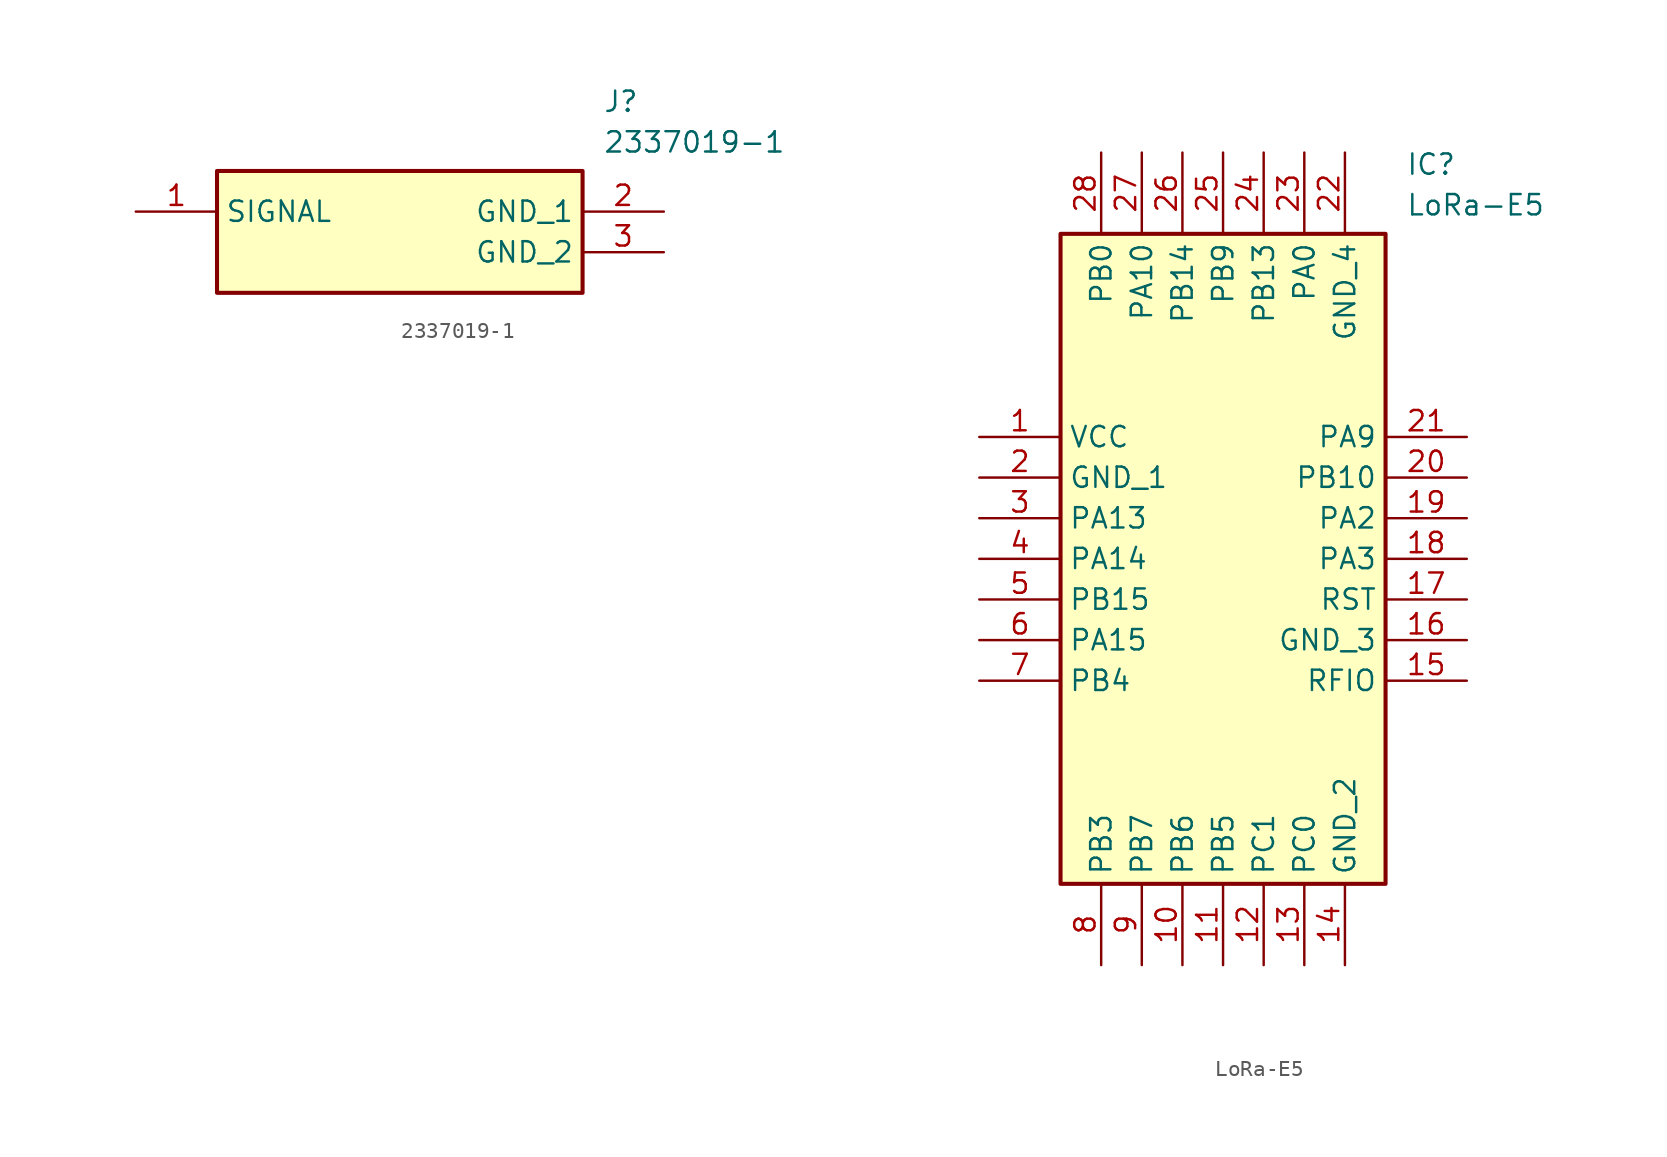
<source format=kicad_sym>
(kicad_symbol_lib
  (version 20220914)
  (generator SamacSys_ECAD_Model)
  (symbol "2337019-1"
    (property "Reference" "J"
      (at 29.21 7.62 0)
      (effects (font (size 1.27 1.27)) (justify left top)))
    (property "Value" "2337019-1"
      (at 29.21 5.08 0)
      (effects (font (size 1.27 1.27)) (justify left top)))
    (rectangle
      (start 5.08 2.54)
      (end 27.94 -5.08)
      (stroke (width 0.254) (type default))
      (fill (type background)))
    (pin passive line
      (at 0 0 0)
      (length 5.08)
      (name "SIGNAL" (effects (font (size 1.27 1.27))))
      (number "1" (effects (font (size 1.27 1.27)))))
    (pin passive line
      (at 33.02 0 180)
      (length 5.08)
      (name "GND_1" (effects (font (size 1.27 1.27))))
      (number "2" (effects (font (size 1.27 1.27)))))
    (pin passive line
      (at 33.02 -2.54 180)
      (length 5.08)
      (name "GND_2" (effects (font (size 1.27 1.27))))
      (number "3" (effects (font (size 1.27 1.27))))))
  (symbol "LoRa-E5"
    (property "Reference" "IC"
      (at 26.67 17.78 0)
      (effects (font (size 1.27 1.27)) (justify left top)))
    (property "Value" "LoRa-E5"
      (at 26.67 15.24 0)
      (effects (font (size 1.27 1.27)) (justify left top)))
    (rectangle
      (start 5.08 12.7)
      (end 25.4 -27.94)
      (stroke (width 0.254) (type default))
      (fill (type background)))
    (pin passive line
      (at 0 0 0)
      (length 5.08)
      (name "VCC" (effects (font (size 1.27 1.27))))
      (number "1" (effects (font (size 1.27 1.27)))))
    (pin passive line
      (at 0 -2.54 0)
      (length 5.08)
      (name "GND_1" (effects (font (size 1.27 1.27))))
      (number "2" (effects (font (size 1.27 1.27)))))
    (pin passive line
      (at 0 -5.08 0)
      (length 5.08)
      (name "PA13" (effects (font (size 1.27 1.27))))
      (number "3" (effects (font (size 1.27 1.27)))))
    (pin passive line
      (at 0 -7.62 0)
      (length 5.08)
      (name "PA14" (effects (font (size 1.27 1.27))))
      (number "4" (effects (font (size 1.27 1.27)))))
    (pin passive line
      (at 0 -10.16 0)
      (length 5.08)
      (name "PB15" (effects (font (size 1.27 1.27))))
      (number "5" (effects (font (size 1.27 1.27)))))
    (pin passive line
      (at 0 -12.7 0)
      (length 5.08)
      (name "PA15" (effects (font (size 1.27 1.27))))
      (number "6" (effects (font (size 1.27 1.27)))))
    (pin passive line
      (at 0 -15.24 0)
      (length 5.08)
      (name "PB4" (effects (font (size 1.27 1.27))))
      (number "7" (effects (font (size 1.27 1.27)))))
    (pin passive line
      (at 7.62 -33.02 90)
      (length 5.08)
      (name "PB3" (effects (font (size 1.27 1.27))))
      (number "8" (effects (font (size 1.27 1.27)))))
    (pin passive line
      (at 10.16 -33.02 90)
      (length 5.08)
      (name "PB7" (effects (font (size 1.27 1.27))))
      (number "9" (effects (font (size 1.27 1.27)))))
    (pin passive line
      (at 12.7 -33.02 90)
      (length 5.08)
      (name "PB6" (effects (font (size 1.27 1.27))))
      (number "10" (effects (font (size 1.27 1.27)))))
    (pin passive line
      (at 15.24 -33.02 90)
      (length 5.08)
      (name "PB5" (effects (font (size 1.27 1.27))))
      (number "11" (effects (font (size 1.27 1.27)))))
    (pin passive line
      (at 17.78 -33.02 90)
      (length 5.08)
      (name "PC1" (effects (font (size 1.27 1.27))))
      (number "12" (effects (font (size 1.27 1.27)))))
    (pin passive line
      (at 20.32 -33.02 90)
      (length 5.08)
      (name "PC0" (effects (font (size 1.27 1.27))))
      (number "13" (effects (font (size 1.27 1.27)))))
    (pin passive line
      (at 22.86 -33.02 90)
      (length 5.08)
      (name "GND_2" (effects (font (size 1.27 1.27))))
      (number "14" (effects (font (size 1.27 1.27)))))
    (pin passive line
      (at 30.48 -15.24 180)
      (length 5.08)
      (name "RFIO" (effects (font (size 1.27 1.27))))
      (number "15" (effects (font (size 1.27 1.27)))))
    (pin passive line
      (at 30.48 -12.7 180)
      (length 5.08)
      (name "GND_3" (effects (font (size 1.27 1.27))))
      (number "16" (effects (font (size 1.27 1.27)))))
    (pin passive line
      (at 30.48 -10.16 180)
      (length 5.08)
      (name "RST" (effects (font (size 1.27 1.27))))
      (number "17" (effects (font (size 1.27 1.27)))))
    (pin passive line
      (at 30.48 -7.62 180)
      (length 5.08)
      (name "PA3" (effects (font (size 1.27 1.27))))
      (number "18" (effects (font (size 1.27 1.27)))))
    (pin passive line
      (at 30.48 -5.08 180)
      (length 5.08)
      (name "PA2" (effects (font (size 1.27 1.27))))
      (number "19" (effects (font (size 1.27 1.27)))))
    (pin passive line
      (at 30.48 -2.54 180)
      (length 5.08)
      (name "PB10" (effects (font (size 1.27 1.27))))
      (number "20" (effects (font (size 1.27 1.27)))))
    (pin passive line
      (at 30.48 0 180)
      (length 5.08)
      (name "PA9" (effects (font (size 1.27 1.27))))
      (number "21" (effects (font (size 1.27 1.27)))))
    (pin passive line
      (at 22.86 17.78 270)
      (length 5.08)
      (name "GND_4" (effects (font (size 1.27 1.27))))
      (number "22" (effects (font (size 1.27 1.27)))))
    (pin passive line
      (at 20.32 17.78 270)
      (length 5.08)
      (name "PA0" (effects (font (size 1.27 1.27))))
      (number "23" (effects (font (size 1.27 1.27)))))
    (pin passive line
      (at 17.78 17.78 270)
      (length 5.08)
      (name "PB13" (effects (font (size 1.27 1.27))))
      (number "24" (effects (font (size 1.27 1.27)))))
    (pin passive line
      (at 15.24 17.78 270)
      (length 5.08)
      (name "PB9" (effects (font (size 1.27 1.27))))
      (number "25" (effects (font (size 1.27 1.27)))))
    (pin passive line
      (at 12.7 17.78 270)
      (length 5.08)
      (name "PB14" (effects (font (size 1.27 1.27))))
      (number "26" (effects (font (size 1.27 1.27)))))
    (pin passive line
      (at 10.16 17.78 270)
      (length 5.08)
      (name "PA10" (effects (font (size 1.27 1.27))))
      (number "27" (effects (font (size 1.27 1.27)))))
    (pin passive line
      (at 7.62 17.78 270)
      (length 5.08)
      (name "PB0" (effects (font (size 1.27 1.27))))
      (number "28" (effects (font (size 1.27 1.27)))))))
</source>
